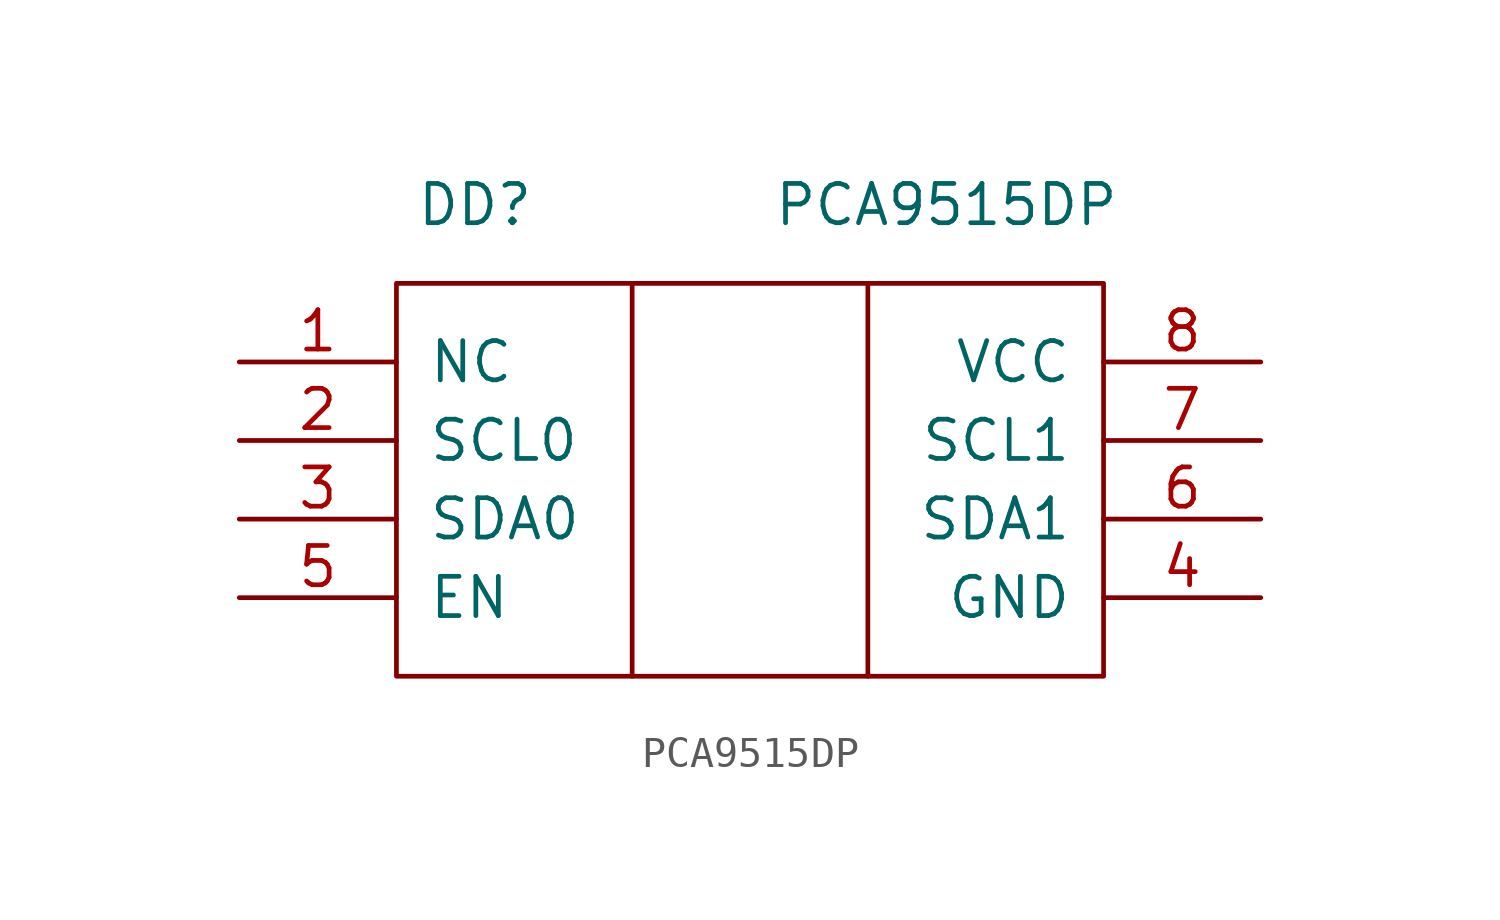
<source format=kicad_sym>
(kicad_symbol_lib
  (version 20211014)
  (generator kicad_symbol_editor)
  (symbol "PCA9515DP"
    (pin_names
      (offset 1.016))
    (property "Reference" "DD"
      (at 7.62 5.08 0)
      (effects (font (size 1.27 1.27))))
    (property "Value" "PCA9515DP"
      (at 22.86 5.08 0)
      (effects (font (size 1.27 1.27))))
    (symbol "PCA9515DP_0_1"
      (polyline (pts (xy 12.7 2.54) (xy 20.32 2.54) (xy 20.32 -10.16) (xy 12.7 -10.16)) (stroke (width 0) (type default) (color 0 0 0 0)) (fill (type none)))
      (polyline (pts (xy 20.32 2.54) (xy 27.94 2.54) (xy 27.94 -10.16) (xy 20.32 -10.16)) (stroke (width 0) (type default) (color 0 0 0 0)) (fill (type none)))
      (polyline (pts (xy 5.08 2.54) (xy 12.7 2.54) (xy 12.7 -10.16) (xy 5.08 -10.16) (xy 5.08 2.54)) (stroke (width 0) (type default) (color 0 0 0 0)) (fill (type none))))
    (symbol "PCA9515DP_1_1"
      (pin passive line (at 0 0 0) (length 5.08) (name "NC" (effects (font (size 1.27 1.27)))) (number "1" (effects (font (size 1.27 1.27)))))
      (pin bidirectional line (at 0 -2.54 0) (length 5.08) (name "SCL0" (effects (font (size 1.27 1.27)))) (number "2" (effects (font (size 1.27 1.27)))))
      (pin bidirectional line (at 0 -5.08 0) (length 5.08) (name "SDA0" (effects (font (size 1.27 1.27)))) (number "3" (effects (font (size 1.27 1.27)))))
      (pin power_in line (at 33.02 -7.62 180) (length 5.08) (name "GND" (effects (font (size 1.27 1.27)))) (number "4" (effects (font (size 1.27 1.27)))))
      (pin input line (at 0 -7.62 0) (length 5.08) (name "EN" (effects (font (size 1.27 1.27)))) (number "5" (effects (font (size 1.27 1.27)))))
      (pin bidirectional line (at 33.02 -5.08 180) (length 5.08) (name "SDA1" (effects (font (size 1.27 1.27)))) (number "6" (effects (font (size 1.27 1.27)))))
      (pin bidirectional line (at 33.02 -2.54 180) (length 5.08) (name "SCL1" (effects (font (size 1.27 1.27)))) (number "7" (effects (font (size 1.27 1.27)))))
      (pin power_in line (at 33.02 0 180) (length 5.08) (name "VCC" (effects (font (size 1.27 1.27)))) (number "8" (effects (font (size 1.27 1.27))))))))
</source>
